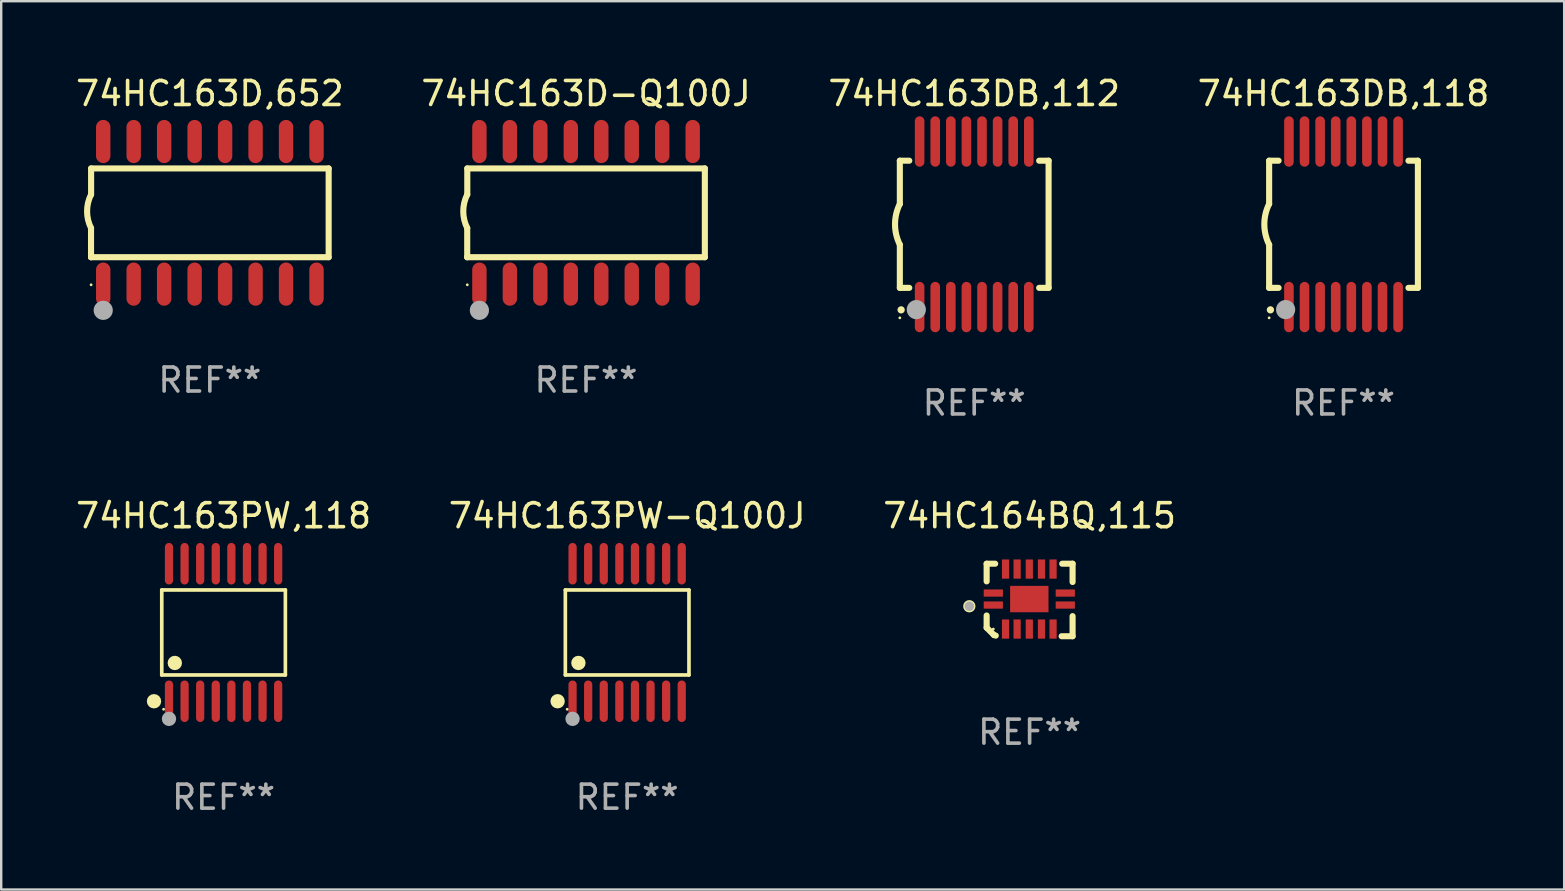
<source format=kicad_pcb>
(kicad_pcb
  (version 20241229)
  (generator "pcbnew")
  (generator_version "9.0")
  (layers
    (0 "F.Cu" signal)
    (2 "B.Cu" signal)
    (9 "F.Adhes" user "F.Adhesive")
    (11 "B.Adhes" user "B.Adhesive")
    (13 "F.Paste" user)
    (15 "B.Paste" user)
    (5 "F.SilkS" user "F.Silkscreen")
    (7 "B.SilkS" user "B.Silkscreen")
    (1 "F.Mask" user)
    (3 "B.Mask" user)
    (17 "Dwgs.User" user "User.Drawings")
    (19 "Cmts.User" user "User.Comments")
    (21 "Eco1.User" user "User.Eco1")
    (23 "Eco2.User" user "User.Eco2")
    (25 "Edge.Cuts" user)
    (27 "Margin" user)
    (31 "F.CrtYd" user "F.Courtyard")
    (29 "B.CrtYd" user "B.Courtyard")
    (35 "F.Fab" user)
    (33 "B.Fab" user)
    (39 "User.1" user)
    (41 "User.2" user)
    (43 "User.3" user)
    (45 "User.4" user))
  (footprint "74HC163DB,112"
    (layer "F.Cu")
    (at 37.554 6.298)
    (property "Reference" "74HC163DB,112" (at 0 -5.45 0) (layer "F.SilkS") (effects (font (size 1 1) (thickness 0.15))))
    (attr through_hole)
    (fp_line (start -3.1 -2.65) (end -3.1 -0.85) (stroke (width 0.254) (type solid)) (layer "F.SilkS"))
    (fp_line (start -3.1 -2.65) (end -2.706 -2.65) (stroke (width 0.254) (type solid)) (layer "F.SilkS"))
    (fp_line (start -3.1 2.65) (end -3.1 0.85) (stroke (width 0.254) (type solid)) (layer "F.SilkS"))
    (fp_line (start -3.1 2.65) (end -2.706 2.65) (stroke (width 0.254) (type solid)) (layer "F.SilkS"))
    (fp_line (start 2.706 -2.65) (end 3.1 -2.65) (stroke (width 0.254) (type solid)) (layer "F.SilkS"))
    (fp_line (start 2.706 2.65) (end 3.1 2.65) (stroke (width 0.254) (type solid)) (layer "F.SilkS"))
    (fp_line (start 3.1 -2.65) (end 3.1 2.65) (stroke (width 0.254) (type solid)) (layer "F.SilkS"))
    (fp_arc (start -3.098907 0.850902) (mid -3.300057 0.000523) (end -3.1 -0.850114) (stroke (width 0.254001) (type solid)) (layer "F.SilkS"))
    (fp_arc (start -3.048006 3.566066) (mid -3.046736 3.566061) (end -3.045466 3.566066) (stroke (width 0.3) (type solid)) (layer "F.SilkS"))
    (fp_circle (center -3.1 3.9) (end -3.07 3.9) (stroke (width 0.06) (type solid)) (fill no) (layer "F.SilkS"))
    (fp_circle (center -2.413 3.556) (end -2.213 3.556) (stroke (width 0.4) (type solid)) (fill no) (layer "F.Fab"))
    (fp_text user "REF**" (at 0 7.45 0) (layer "F.Fab") (effects (font (size 1 1) (thickness 0.15))))
    (pad "1" smd oval (at -2.275 3.45 180) (size 0.4 2.1) (layers "F.Cu" "F.Mask" "F.Paste"))
    (pad "2" smd oval (at -1.625 3.45 180) (size 0.4 2.1) (layers "F.Cu" "F.Mask" "F.Paste"))
    (pad "3" smd oval (at -0.975 3.45 180) (size 0.4 2.1) (layers "F.Cu" "F.Mask" "F.Paste"))
    (pad "4" smd oval (at -0.325 3.45 180) (size 0.4 2.1) (layers "F.Cu" "F.Mask" "F.Paste"))
    (pad "5" smd oval (at 0.325 3.45 180) (size 0.4 2.1) (layers "F.Cu" "F.Mask" "F.Paste"))
    (pad "6" smd oval (at 0.975 3.45 180) (size 0.4 2.1) (layers "F.Cu" "F.Mask" "F.Paste"))
    (pad "7" smd oval (at 1.625 3.45 180) (size 0.4 2.1) (layers "F.Cu" "F.Mask" "F.Paste"))
    (pad "8" smd oval (at 2.275 3.45 180) (size 0.4 2.1) (layers "F.Cu" "F.Mask" "F.Paste"))
    (pad "9" smd oval (at 2.275 -3.45 180) (size 0.4 2.1) (layers "F.Cu" "F.Mask" "F.Paste"))
    (pad "10" smd oval (at 1.625 -3.45 180) (size 0.4 2.1) (layers "F.Cu" "F.Mask" "F.Paste"))
    (pad "11" smd oval (at 0.975 -3.45 180) (size 0.4 2.1) (layers "F.Cu" "F.Mask" "F.Paste"))
    (pad "12" smd oval (at 0.325 -3.45 180) (size 0.4 2.1) (layers "F.Cu" "F.Mask" "F.Paste"))
    (pad "13" smd oval (at -0.325 -3.45 180) (size 0.4 2.1) (layers "F.Cu" "F.Mask" "F.Paste"))
    (pad "14" smd oval (at -0.975 -3.45 180) (size 0.4 2.1) (layers "F.Cu" "F.Mask" "F.Paste"))
    (pad "15" smd oval (at -1.625 -3.45 180) (size 0.4 2.1) (layers "F.Cu" "F.Mask" "F.Paste"))
    (pad "16" smd oval (at -2.275 -3.45 180) (size 0.4 2.1) (layers "F.Cu" "F.Mask" "F.Paste")))
  (footprint "74HC163PW-Q100J"
    (layer "F.Cu")
    (at 23.089 23.311)
    (property "Reference" "74HC163PW-Q100J" (at 0 -4.866 0) (layer "F.SilkS") (effects (font (size 1 1) (thickness 0.15))))
    (attr through_hole)
    (fp_line (start -2.576 -1.772) (end 2.576 -1.772) (stroke (width 0.152) (type solid)) (layer "F.SilkS"))
    (fp_line (start -2.576 1.771) (end -2.576 -1.772) (stroke (width 0.152) (type solid)) (layer "F.SilkS"))
    (fp_line (start 2.576 -1.772) (end 2.576 1.771) (stroke (width 0.152) (type solid)) (layer "F.SilkS"))
    (fp_line (start 2.576 1.771) (end -2.576 1.771) (stroke (width 0.152) (type solid)) (layer "F.SilkS"))
    (fp_circle (center -2.899 2.866) (end -2.749 2.866) (stroke (width 0.3) (type solid)) (fill no) (layer "F.SilkS"))
    (fp_circle (center -2.5 3.2) (end -2.47 3.2) (stroke (width 0.06) (type solid)) (fill no) (layer "F.SilkS"))
    (fp_circle (center -2.032 1.27) (end -1.882 1.27) (stroke (width 0.3) (type solid)) (fill no) (layer "F.SilkS"))
    (fp_circle (center -2.275 3.6) (end -2.125 3.6) (stroke (width 0.3) (type solid)) (fill no) (layer "F.Fab"))
    (fp_text user "REF**" (at 0 6.866 0) (layer "F.Fab") (effects (font (size 1 1) (thickness 0.15))))
    (pad "1" smd oval (at -2.275 2.866) (size 0.343 1.731) (layers "F.Cu" "F.Mask" "F.Paste"))
    (pad "2" smd oval (at -1.625 2.866) (size 0.343 1.731) (layers "F.Cu" "F.Mask" "F.Paste"))
    (pad "3" smd oval (at -0.975 2.866) (size 0.343 1.731) (layers "F.Cu" "F.Mask" "F.Paste"))
    (pad "4" smd oval (at -0.325 2.866) (size 0.343 1.731) (layers "F.Cu" "F.Mask" "F.Paste"))
    (pad "5" smd oval (at 0.325 2.866) (size 0.343 1.731) (layers "F.Cu" "F.Mask" "F.Paste"))
    (pad "6" smd oval (at 0.975 2.866) (size 0.343 1.731) (layers "F.Cu" "F.Mask" "F.Paste"))
    (pad "7" smd oval (at 1.625 2.866) (size 0.343 1.731) (layers "F.Cu" "F.Mask" "F.Paste"))
    (pad "8" smd oval (at 2.275 2.866) (size 0.343 1.731) (layers "F.Cu" "F.Mask" "F.Paste"))
    (pad "9" smd oval (at 2.275 -2.866) (size 0.343 1.731) (layers "F.Cu" "F.Mask" "F.Paste"))
    (pad "10" smd oval (at 1.625 -2.866) (size 0.343 1.731) (layers "F.Cu" "F.Mask" "F.Paste"))
    (pad "11" smd oval (at 0.975 -2.866) (size 0.343 1.731) (layers "F.Cu" "F.Mask" "F.Paste"))
    (pad "12" smd oval (at 0.325 -2.866) (size 0.343 1.731) (layers "F.Cu" "F.Mask" "F.Paste"))
    (pad "13" smd oval (at -0.325 -2.866) (size 0.343 1.731) (layers "F.Cu" "F.Mask" "F.Paste"))
    (pad "14" smd oval (at -0.975 -2.866) (size 0.343 1.731) (layers "F.Cu" "F.Mask" "F.Paste"))
    (pad "15" smd oval (at -1.625 -2.866) (size 0.343 1.731) (layers "F.Cu" "F.Mask" "F.Paste"))
    (pad "16" smd oval (at -2.275 -2.866) (size 0.343 1.731) (layers "F.Cu" "F.Mask" "F.Paste")))
  (footprint "74HC163D,652"
    (layer "F.Cu")
    (at 5.696 5.82)
    (property "Reference" "74HC163D,652" (at 0 -4.972 0) (layer "F.SilkS") (effects (font (size 1 1) (thickness 0.15))))
    (attr through_hole)
    (fp_line (start -4.952 0.635) (end -4.952 1.85) (stroke (width 0.254) (type solid)) (layer "F.SilkS"))
    (fp_line (start -4.952 1.85) (end -4.949 1.85) (stroke (width 0.254) (type solid)) (layer "F.SilkS"))
    (fp_line (start -4.949 -1.85) (end -4.949 -0.762) (stroke (width 0.254) (type solid)) (layer "F.SilkS"))
    (fp_line (start -4.949 1.85) (end 4.952 1.85) (stroke (width 0.254) (type solid)) (layer "F.SilkS"))
    (fp_line (start 4.952 -1.85) (end -4.949 -1.85) (stroke (width 0.254) (type solid)) (layer "F.SilkS"))
    (fp_line (start 4.952 1.85) (end 4.952 -1.85) (stroke (width 0.254) (type solid)) (layer "F.SilkS"))
    (fp_arc (start -4.951524 0.635001) (mid -5.116418 -0.0635) (end -4.951524 -0.762002) (stroke (width 0.254001) (type solid)) (layer "F.SilkS"))
    (fp_circle (center -4.949 3) (end -4.919 3) (stroke (width 0.06) (type solid)) (fill no) (layer "F.SilkS"))
    (fp_circle (center -4.444 4.064) (end -4.244 4.064) (stroke (width 0.4) (type solid)) (fill no) (layer "F.Fab"))
    (fp_text user "REF**" (at 0 6.972 0) (layer "F.Fab") (effects (font (size 1 1) (thickness 0.15))))
    (pad "1" smd oval (at -4.444 2.972 180) (size 0.6 1.8) (layers "F.Cu" "F.Mask" "F.Paste"))
    (pad "2" smd oval (at -3.174 2.972 180) (size 0.6 1.8) (layers "F.Cu" "F.Mask" "F.Paste"))
    (pad "3" smd oval (at -1.904 2.972 180) (size 0.6 1.8) (layers "F.Cu" "F.Mask" "F.Paste"))
    (pad "4" smd oval (at -0.634 2.972 180) (size 0.6 1.8) (layers "F.Cu" "F.Mask" "F.Paste"))
    (pad "5" smd oval (at 0.636 2.972 180) (size 0.6 1.8) (layers "F.Cu" "F.Mask" "F.Paste"))
    (pad "6" smd oval (at 1.906 2.972 180) (size 0.6 1.8) (layers "F.Cu" "F.Mask" "F.Paste"))
    (pad "7" smd oval (at 3.176 2.972 180) (size 0.6 1.8) (layers "F.Cu" "F.Mask" "F.Paste"))
    (pad "8" smd oval (at 4.446 2.972 180) (size 0.6 1.8) (layers "F.Cu" "F.Mask" "F.Paste"))
    (pad "9" smd oval (at 4.446 -2.972 180) (size 0.6 1.8) (layers "F.Cu" "F.Mask" "F.Paste"))
    (pad "10" smd oval (at 3.176 -2.972 180) (size 0.6 1.8) (layers "F.Cu" "F.Mask" "F.Paste"))
    (pad "11" smd oval (at 1.906 -2.972 180) (size 0.6 1.8) (layers "F.Cu" "F.Mask" "F.Paste"))
    (pad "12" smd oval (at 0.636 -2.972 180) (size 0.6 1.8) (layers "F.Cu" "F.Mask" "F.Paste"))
    (pad "13" smd oval (at -0.634 -2.972 180) (size 0.6 1.8) (layers "F.Cu" "F.Mask" "F.Paste"))
    (pad "14" smd oval (at -1.904 -2.972 180) (size 0.6 1.8) (layers "F.Cu" "F.Mask" "F.Paste"))
    (pad "15" smd oval (at -3.174 -2.972 180) (size 0.6 1.8) (layers "F.Cu" "F.Mask" "F.Paste"))
    (pad "16" smd oval (at -4.444 -2.972 180) (size 0.6 1.8) (layers "F.Cu" "F.Mask" "F.Paste")))
  (footprint "74HC163DB,118"
    (layer "F.Cu")
    (at 52.946 6.298)
    (property "Reference" "74HC163DB,118" (at 0 -5.45 0) (layer "F.SilkS") (effects (font (size 1 1) (thickness 0.15))))
    (attr through_hole)
    (fp_line (start -3.1 -2.65) (end -3.1 -0.85) (stroke (width 0.254) (type solid)) (layer "F.SilkS"))
    (fp_line (start -3.1 -2.65) (end -2.706 -2.65) (stroke (width 0.254) (type solid)) (layer "F.SilkS"))
    (fp_line (start -3.1 2.65) (end -3.1 0.85) (stroke (width 0.254) (type solid)) (layer "F.SilkS"))
    (fp_line (start -3.1 2.65) (end -2.706 2.65) (stroke (width 0.254) (type solid)) (layer "F.SilkS"))
    (fp_line (start 2.706 -2.65) (end 3.1 -2.65) (stroke (width 0.254) (type solid)) (layer "F.SilkS"))
    (fp_line (start 2.706 2.65) (end 3.1 2.65) (stroke (width 0.254) (type solid)) (layer "F.SilkS"))
    (fp_line (start 3.1 -2.65) (end 3.1 2.65) (stroke (width 0.254) (type solid)) (layer "F.SilkS"))
    (fp_arc (start -3.098907 0.850902) (mid -3.300057 0.000523) (end -3.1 -0.850114) (stroke (width 0.254001) (type solid)) (layer "F.SilkS"))
    (fp_arc (start -3.048006 3.566066) (mid -3.046736 3.566061) (end -3.045466 3.566066) (stroke (width 0.3) (type solid)) (layer "F.SilkS"))
    (fp_circle (center -3.1 3.9) (end -3.07 3.9) (stroke (width 0.06) (type solid)) (fill no) (layer "F.SilkS"))
    (fp_circle (center -2.413 3.556) (end -2.213 3.556) (stroke (width 0.4) (type solid)) (fill no) (layer "F.Fab"))
    (fp_text user "REF**" (at 0 7.45 0) (layer "F.Fab") (effects (font (size 1 1) (thickness 0.15))))
    (pad "1" smd oval (at -2.275 3.45 180) (size 0.4 2.1) (layers "F.Cu" "F.Mask" "F.Paste"))
    (pad "2" smd oval (at -1.625 3.45 180) (size 0.4 2.1) (layers "F.Cu" "F.Mask" "F.Paste"))
    (pad "3" smd oval (at -0.975 3.45 180) (size 0.4 2.1) (layers "F.Cu" "F.Mask" "F.Paste"))
    (pad "4" smd oval (at -0.325 3.45 180) (size 0.4 2.1) (layers "F.Cu" "F.Mask" "F.Paste"))
    (pad "5" smd oval (at 0.325 3.45 180) (size 0.4 2.1) (layers "F.Cu" "F.Mask" "F.Paste"))
    (pad "6" smd oval (at 0.975 3.45 180) (size 0.4 2.1) (layers "F.Cu" "F.Mask" "F.Paste"))
    (pad "7" smd oval (at 1.625 3.45 180) (size 0.4 2.1) (layers "F.Cu" "F.Mask" "F.Paste"))
    (pad "8" smd oval (at 2.275 3.45 180) (size 0.4 2.1) (layers "F.Cu" "F.Mask" "F.Paste"))
    (pad "9" smd oval (at 2.275 -3.45 180) (size 0.4 2.1) (layers "F.Cu" "F.Mask" "F.Paste"))
    (pad "10" smd oval (at 1.625 -3.45 180) (size 0.4 2.1) (layers "F.Cu" "F.Mask" "F.Paste"))
    (pad "11" smd oval (at 0.975 -3.45 180) (size 0.4 2.1) (layers "F.Cu" "F.Mask" "F.Paste"))
    (pad "12" smd oval (at 0.325 -3.45 180) (size 0.4 2.1) (layers "F.Cu" "F.Mask" "F.Paste"))
    (pad "13" smd oval (at -0.325 -3.45 180) (size 0.4 2.1) (layers "F.Cu" "F.Mask" "F.Paste"))
    (pad "14" smd oval (at -0.975 -3.45 180) (size 0.4 2.1) (layers "F.Cu" "F.Mask" "F.Paste"))
    (pad "15" smd oval (at -1.625 -3.45 180) (size 0.4 2.1) (layers "F.Cu" "F.Mask" "F.Paste"))
    (pad "16" smd oval (at -2.275 -3.45 180) (size 0.4 2.1) (layers "F.Cu" "F.Mask" "F.Paste")))
  (footprint "74HC164BQ,115"
    (layer "F.Cu")
    (at 39.863 21.956)
    (property "Reference" "74HC164BQ,115" (at 0 -3.511 0) (layer "F.SilkS") (effects (font (size 1 1) (thickness 0.15))))
    (attr through_hole)
    (fp_line (start -1.791 -1.511) (end -1.435 -1.511) (stroke (width 0.254) (type solid)) (layer "F.SilkS"))
    (fp_line (start -1.791 -0.775) (end -1.791 -1.511) (stroke (width 0.254) (type solid)) (layer "F.SilkS"))
    (fp_line (start -1.791 1.156) (end -1.791 0.648) (stroke (width 0.254) (type solid)) (layer "F.SilkS"))
    (fp_line (start -1.486 1.461) (end -1.791 1.156) (stroke (width 0.254) (type solid)) (layer "F.SilkS"))
    (fp_line (start -1.41 1.486) (end -1.486 1.461) (stroke (width 0.254) (type solid)) (layer "F.SilkS"))
    (fp_line (start 1.334 1.511) (end 1.791 1.511) (stroke (width 0.254) (type solid)) (layer "F.SilkS"))
    (fp_line (start 1.791 -1.511) (end 1.359 -1.511) (stroke (width 0.254) (type solid)) (layer "F.SilkS"))
    (fp_line (start 1.791 -0.749) (end 1.791 -1.511) (stroke (width 0.254) (type solid)) (layer "F.SilkS"))
    (fp_line (start 1.791 1.511) (end 1.791 0.673) (stroke (width 0.254) (type solid)) (layer "F.SilkS"))
    (fp_circle (center -2.513 0.262) (end -2.383 0.262) (stroke (width 0.254) (type solid)) (fill no) (layer "F.SilkS"))
    (fp_circle (center -1.513 1.212) (end -1.483 1.212) (stroke (width 0.06) (type solid)) (fill no) (layer "F.SilkS"))
    (fp_circle (center -2.513 0.262) (end -2.413 0.262) (stroke (width 0.2) (type solid)) (fill no) (layer "F.Fab"))
    (fp_text user "REF**" (at 0 5.511 0) (layer "F.Fab") (effects (font (size 1 1) (thickness 0.15))))
    (pad "1" smd rect (at -1.513 0.212) (size 0.8 0.3) (layers "F.Cu" "F.Mask" "F.Paste"))
    (pad "2" smd rect (at -1.003 1.212) (size 0.3 0.8) (layers "F.Cu" "F.Mask" "F.Paste"))
    (pad "3" smd rect (at -0.521 1.212) (size 0.3 0.8) (layers "F.Cu" "F.Mask" "F.Paste"))
    (pad "4" smd rect (at -0.013 1.212) (size 0.3 0.8) (layers "F.Cu" "F.Mask" "F.Paste"))
    (pad "5" smd rect (at 0.495 1.212) (size 0.3 0.8) (layers "F.Cu" "F.Mask" "F.Paste"))
    (pad "6" smd rect (at 0.978 1.212) (size 0.3 0.8) (layers "F.Cu" "F.Mask" "F.Paste"))
    (pad "7" smd rect (at 1.487 0.212) (size 0.8 0.3) (layers "F.Cu" "F.Mask" "F.Paste"))
    (pad "8" smd rect (at 1.487 -0.288) (size 0.8 0.3) (layers "F.Cu" "F.Mask" "F.Paste"))
    (pad "9" smd rect (at 0.978 -1.288) (size 0.3 0.8) (layers "F.Cu" "F.Mask" "F.Paste"))
    (pad "10" smd rect (at 0.495 -1.288) (size 0.3 0.8) (layers "F.Cu" "F.Mask" "F.Paste"))
    (pad "11" smd rect (at -0.013 -1.288) (size 0.3 0.8) (layers "F.Cu" "F.Mask" "F.Paste"))
    (pad "12" smd rect (at -0.521 -1.288) (size 0.3 0.8) (layers "F.Cu" "F.Mask" "F.Paste"))
    (pad "13" smd rect (at -1.003 -1.288) (size 0.3 0.8) (layers "F.Cu" "F.Mask" "F.Paste"))
    (pad "14" smd rect (at -1.513 -0.288) (size 0.8 0.3) (layers "F.Cu" "F.Mask" "F.Paste"))
    (pad "15" smd rect (at -0.013 -0.038 90) (size 1.1 1.6) (layers "F.Cu" "F.Mask" "F.Paste")))
  (footprint "74HC163D-Q100J"
    (layer "F.Cu")
    (at 21.375 5.82)
    (property "Reference" "74HC163D-Q100J" (at 0 -4.972 0) (layer "F.SilkS") (effects (font (size 1 1) (thickness 0.15))))
    (attr through_hole)
    (fp_line (start -4.952 0.635) (end -4.952 1.85) (stroke (width 0.254) (type solid)) (layer "F.SilkS"))
    (fp_line (start -4.952 1.85) (end -4.949 1.85) (stroke (width 0.254) (type solid)) (layer "F.SilkS"))
    (fp_line (start -4.949 -1.85) (end -4.949 -0.762) (stroke (width 0.254) (type solid)) (layer "F.SilkS"))
    (fp_line (start -4.949 1.85) (end 4.952 1.85) (stroke (width 0.254) (type solid)) (layer "F.SilkS"))
    (fp_line (start 4.952 -1.85) (end -4.949 -1.85) (stroke (width 0.254) (type solid)) (layer "F.SilkS"))
    (fp_line (start 4.952 1.85) (end 4.952 -1.85) (stroke (width 0.254) (type solid)) (layer "F.SilkS"))
    (fp_arc (start -4.951524 0.635001) (mid -5.116418 -0.0635) (end -4.951524 -0.762002) (stroke (width 0.254001) (type solid)) (layer "F.SilkS"))
    (fp_circle (center -4.949 3) (end -4.919 3) (stroke (width 0.06) (type solid)) (fill no) (layer "F.SilkS"))
    (fp_circle (center -4.444 4.064) (end -4.244 4.064) (stroke (width 0.4) (type solid)) (fill no) (layer "F.Fab"))
    (fp_text user "REF**" (at 0 6.972 0) (layer "F.Fab") (effects (font (size 1 1) (thickness 0.15))))
    (pad "1" smd oval (at -4.444 2.972 180) (size 0.6 1.8) (layers "F.Cu" "F.Mask" "F.Paste"))
    (pad "2" smd oval (at -3.174 2.972 180) (size 0.6 1.8) (layers "F.Cu" "F.Mask" "F.Paste"))
    (pad "3" smd oval (at -1.904 2.972 180) (size 0.6 1.8) (layers "F.Cu" "F.Mask" "F.Paste"))
    (pad "4" smd oval (at -0.634 2.972 180) (size 0.6 1.8) (layers "F.Cu" "F.Mask" "F.Paste"))
    (pad "5" smd oval (at 0.636 2.972 180) (size 0.6 1.8) (layers "F.Cu" "F.Mask" "F.Paste"))
    (pad "6" smd oval (at 1.906 2.972 180) (size 0.6 1.8) (layers "F.Cu" "F.Mask" "F.Paste"))
    (pad "7" smd oval (at 3.176 2.972 180) (size 0.6 1.8) (layers "F.Cu" "F.Mask" "F.Paste"))
    (pad "8" smd oval (at 4.446 2.972 180) (size 0.6 1.8) (layers "F.Cu" "F.Mask" "F.Paste"))
    (pad "9" smd oval (at 4.446 -2.972 180) (size 0.6 1.8) (layers "F.Cu" "F.Mask" "F.Paste"))
    (pad "10" smd oval (at 3.176 -2.972 180) (size 0.6 1.8) (layers "F.Cu" "F.Mask" "F.Paste"))
    (pad "11" smd oval (at 1.906 -2.972 180) (size 0.6 1.8) (layers "F.Cu" "F.Mask" "F.Paste"))
    (pad "12" smd oval (at 0.636 -2.972 180) (size 0.6 1.8) (layers "F.Cu" "F.Mask" "F.Paste"))
    (pad "13" smd oval (at -0.634 -2.972 180) (size 0.6 1.8) (layers "F.Cu" "F.Mask" "F.Paste"))
    (pad "14" smd oval (at -1.904 -2.972 180) (size 0.6 1.8) (layers "F.Cu" "F.Mask" "F.Paste"))
    (pad "15" smd oval (at -3.174 -2.972 180) (size 0.6 1.8) (layers "F.Cu" "F.Mask" "F.Paste"))
    (pad "16" smd oval (at -4.444 -2.972 180) (size 0.6 1.8) (layers "F.Cu" "F.Mask" "F.Paste")))
  (footprint "74HC163PW,118"
    (layer "F.Cu")
    (at 6.268 23.311)
    (property "Reference" "74HC163PW,118" (at 0 -4.866 0) (layer "F.SilkS") (effects (font (size 1 1) (thickness 0.15))))
    (attr through_hole)
    (fp_line (start -2.576 -1.772) (end 2.576 -1.772) (stroke (width 0.152) (type solid)) (layer "F.SilkS"))
    (fp_line (start -2.576 1.771) (end -2.576 -1.772) (stroke (width 0.152) (type solid)) (layer "F.SilkS"))
    (fp_line (start 2.576 -1.772) (end 2.576 1.771) (stroke (width 0.152) (type solid)) (layer "F.SilkS"))
    (fp_line (start 2.576 1.771) (end -2.576 1.771) (stroke (width 0.152) (type solid)) (layer "F.SilkS"))
    (fp_circle (center -2.899 2.866) (end -2.749 2.866) (stroke (width 0.3) (type solid)) (fill no) (layer "F.SilkS"))
    (fp_circle (center -2.5 3.2) (end -2.47 3.2) (stroke (width 0.06) (type solid)) (fill no) (layer "F.SilkS"))
    (fp_circle (center -2.032 1.27) (end -1.882 1.27) (stroke (width 0.3) (type solid)) (fill no) (layer "F.SilkS"))
    (fp_circle (center -2.275 3.6) (end -2.125 3.6) (stroke (width 0.3) (type solid)) (fill no) (layer "F.Fab"))
    (fp_text user "REF**" (at 0 6.866 0) (layer "F.Fab") (effects (font (size 1 1) (thickness 0.15))))
    (pad "1" smd oval (at -2.275 2.866) (size 0.343 1.731) (layers "F.Cu" "F.Mask" "F.Paste"))
    (pad "2" smd oval (at -1.625 2.866) (size 0.343 1.731) (layers "F.Cu" "F.Mask" "F.Paste"))
    (pad "3" smd oval (at -0.975 2.866) (size 0.343 1.731) (layers "F.Cu" "F.Mask" "F.Paste"))
    (pad "4" smd oval (at -0.325 2.866) (size 0.343 1.731) (layers "F.Cu" "F.Mask" "F.Paste"))
    (pad "5" smd oval (at 0.325 2.866) (size 0.343 1.731) (layers "F.Cu" "F.Mask" "F.Paste"))
    (pad "6" smd oval (at 0.975 2.866) (size 0.343 1.731) (layers "F.Cu" "F.Mask" "F.Paste"))
    (pad "7" smd oval (at 1.625 2.866) (size 0.343 1.731) (layers "F.Cu" "F.Mask" "F.Paste"))
    (pad "8" smd oval (at 2.275 2.866) (size 0.343 1.731) (layers "F.Cu" "F.Mask" "F.Paste"))
    (pad "9" smd oval (at 2.275 -2.866) (size 0.343 1.731) (layers "F.Cu" "F.Mask" "F.Paste"))
    (pad "10" smd oval (at 1.625 -2.866) (size 0.343 1.731) (layers "F.Cu" "F.Mask" "F.Paste"))
    (pad "11" smd oval (at 0.975 -2.866) (size 0.343 1.731) (layers "F.Cu" "F.Mask" "F.Paste"))
    (pad "12" smd oval (at 0.325 -2.866) (size 0.343 1.731) (layers "F.Cu" "F.Mask" "F.Paste"))
    (pad "13" smd oval (at -0.325 -2.866) (size 0.343 1.731) (layers "F.Cu" "F.Mask" "F.Paste"))
    (pad "14" smd oval (at -0.975 -2.866) (size 0.343 1.731) (layers "F.Cu" "F.Mask" "F.Paste"))
    (pad "15" smd oval (at -1.625 -2.866) (size 0.343 1.731) (layers "F.Cu" "F.Mask" "F.Paste"))
    (pad "16" smd oval (at -2.275 -2.866) (size 0.343 1.731) (layers "F.Cu" "F.Mask" "F.Paste")))
  (gr_rect
    (start -3 -3)
    (end 62.143 34.025)
    (stroke (width 0.1) (type default))
    (fill no)
    (layer "Edge.Cuts")))
</source>
